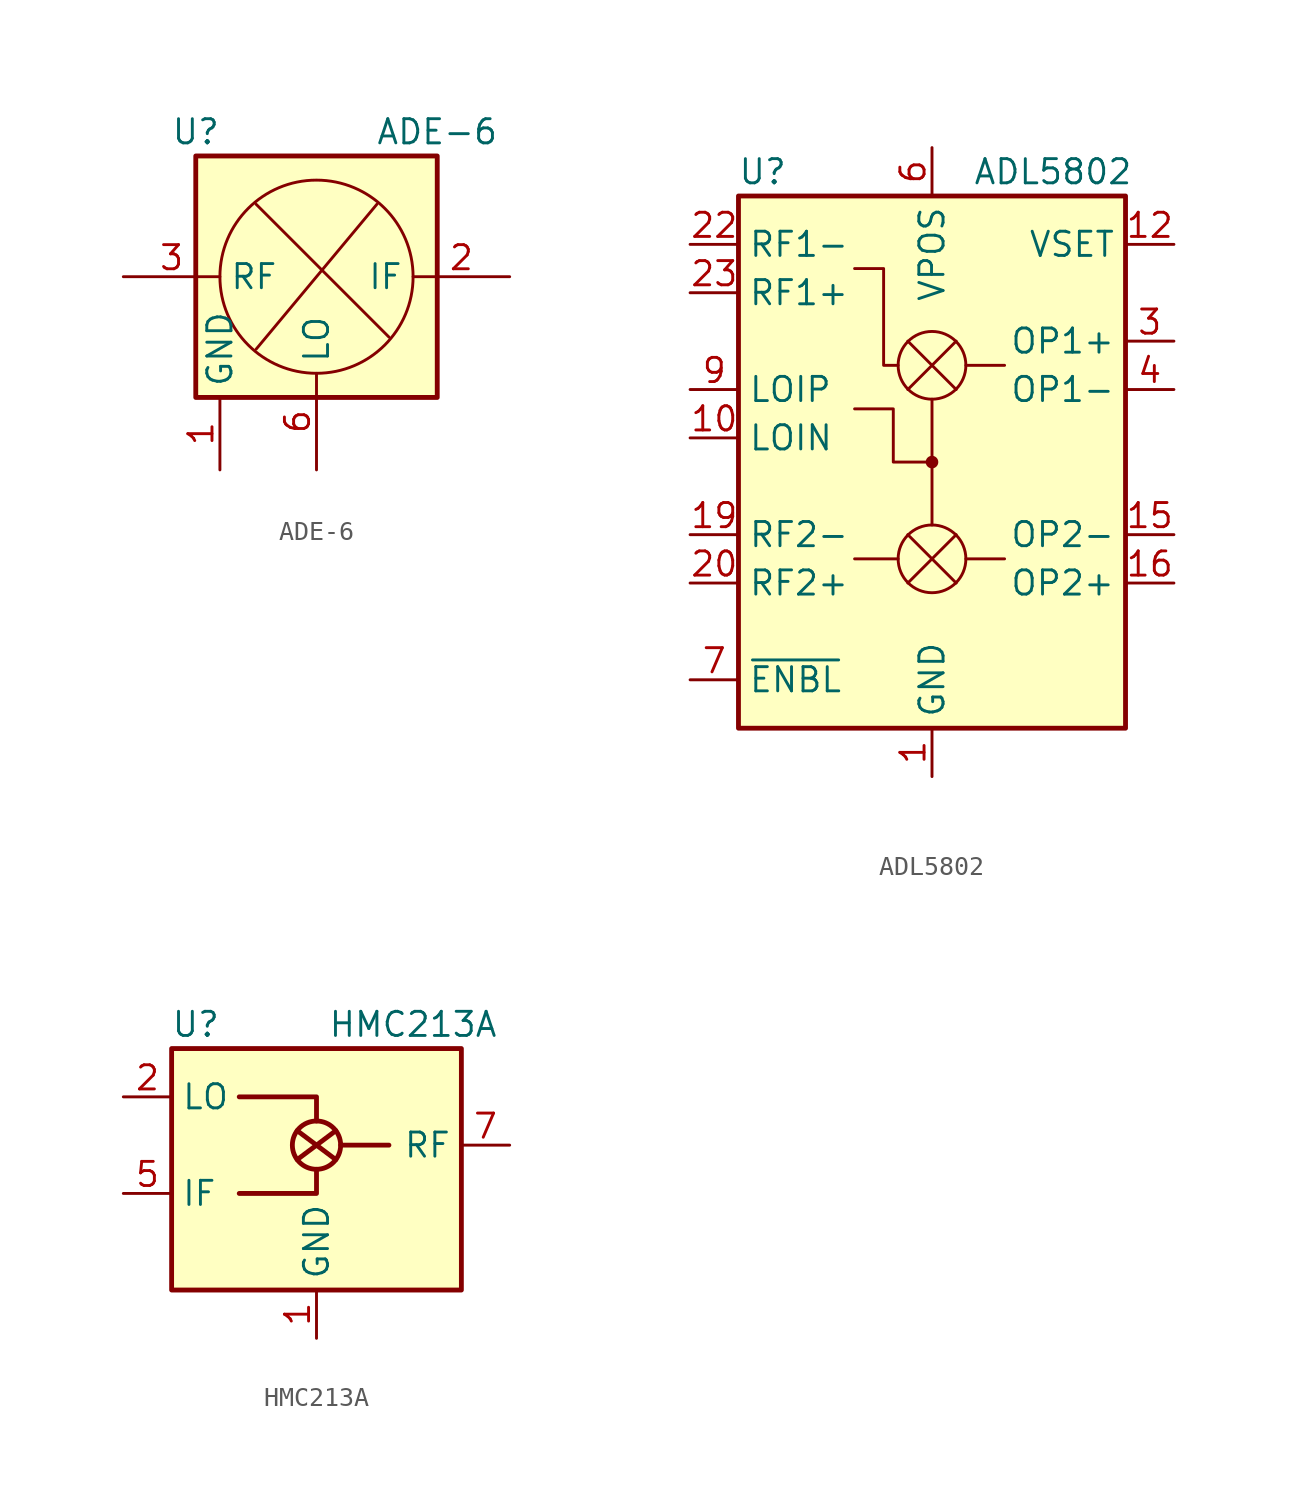
<source format=kicad_sym>
(kicad_symbol_lib
  (version 20220914)
  (generator kicad_symbol_editor)
  (symbol "ADE-6"
    (property "Reference" "U"
      (at -6.35 7.62 0)
      (effects (font (size 1.27 1.27))))
    (property "Value" "ADE-6"
      (at 6.35 7.62 0)
      (effects (font (size 1.27 1.27))))
    (symbol "ADE-6_0_1"
      (rectangle (start -6.35 6.35) (end 6.35 -6.35) (stroke (width 0.254) (type default)) (fill (type background)))
      (polyline (pts (xy -3.175 -3.81) (xy 3.175 3.81)) (stroke (width 0) (type default)) (fill (type none)))
      (polyline (pts (xy 3.81 -3.175) (xy -3.175 3.81)) (stroke (width 0) (type default)) (fill (type none)))
      (circle (center 0 0) (radius 5.08) (stroke (width 0) (type default)) (fill (type none))))
    (symbol "ADE-6_1_1"
      (pin power_in line (at -5.08 -10.16 90) (length 3.81) (name "GND" (effects (font (size 1.27 1.27)))) (number "1" (effects (font (size 1.27 1.27)))))
      (pin output line (at 10.16 0 180) (length 5.08) (name "IF" (effects (font (size 1.27 1.27)))) (number "2" (effects (font (size 1.27 1.27)))))
      (pin input line (at -10.16 0 0) (length 5.08) (name "RF" (effects (font (size 1.27 1.27)))) (number "3" (effects (font (size 1.27 1.27)))))
      (pin passive line (at -5.08 -10.16 90) (length 3.81) hide (name "GND" (effects (font (size 1.27 1.27)))) (number "4" (effects (font (size 1.27 1.27)))))
      (pin passive line (at -5.08 -10.16 90) (length 3.81) hide (name "GND" (effects (font (size 1.27 1.27)))) (number "5" (effects (font (size 1.27 1.27)))))
      (pin input line (at 0 -10.16 90) (length 5.08) (name "LO" (effects (font (size 1.27 1.27)))) (number "6" (effects (font (size 1.27 1.27)))))))
  (symbol "ADL5802"
    (property "Reference" "U"
      (at -8.89 16.51 0)
      (effects (font (size 1.27 1.27))))
    (property "Value" "ADL5802"
      (at 6.35 16.51 0)
      (effects (font (size 1.27 1.27))))
    (symbol "ADL5802_0_1"
      (rectangle (start -10.16 15.24) (end 10.16 -12.7) (stroke (width 0.254) (type default)) (fill (type background)))
      (polyline (pts (xy -1.778 -3.81) (xy -4.064 -3.81)) (stroke (width 0) (type default)) (fill (type none)))
      (polyline (pts (xy 0 4.572) (xy 0 -2.032)) (stroke (width 0) (type default)) (fill (type none)))
      (polyline (pts (xy -1.778 6.35) (xy -2.54 6.35) (xy -2.54 11.43) (xy -4.064 11.43)) (stroke (width 0) (type default)) (fill (type none)))
      (polyline (pts (xy 0 1.27) (xy -2.032 1.27) (xy -2.032 4.064) (xy -3.048 4.064) (xy -4.064 4.064)) (stroke (width 0) (type default)) (fill (type none)))
      (circle (center 0 1.27) (radius 0.254) (stroke (width 0) (type default)) (fill (type outline))))
    (symbol "ADL5802_1_1"
      (circle (center 0 -3.81) (radius 1.778) (stroke (width 0) (type default)) (fill (type none)))
      (polyline (pts (xy -1.27 -5.08) (xy 1.27 -2.54)) (stroke (width 0) (type default)) (fill (type none)))
      (polyline (pts (xy -1.27 -2.54) (xy 1.27 -5.08)) (stroke (width 0) (type default)) (fill (type none)))
      (polyline (pts (xy -1.27 5.08) (xy 1.27 7.62)) (stroke (width 0) (type default)) (fill (type none)))
      (polyline (pts (xy -1.27 7.62) (xy 1.27 5.08)) (stroke (width 0) (type default)) (fill (type none)))
      (circle (center 0 6.35) (radius 1.778) (stroke (width 0) (type default)) (fill (type none)))
      (rectangle (start 3.81 -3.81) (end 1.778 -3.81) (stroke (width 0) (type default)) (fill (type none)))
      (rectangle (start 3.81 6.35) (end 1.778 6.35) (stroke (width 0) (type default)) (fill (type none)))
      (pin power_in line (at 0 -15.24 90) (length 2.54) (name "GND" (effects (font (size 1.27 1.27)))) (number "1" (effects (font (size 1.27 1.27)))))
      (pin input line (at -12.7 2.54 0) (length 2.54) (name "LOIN" (effects (font (size 1.27 1.27)))) (number "10" (effects (font (size 1.27 1.27)))))
      (pin passive line (at 0 -15.24 90) (length 2.54) hide (name "GND" (effects (font (size 1.27 1.27)))) (number "11" (effects (font (size 1.27 1.27)))))
      (pin input line (at 12.7 12.7 180) (length 2.54) (name "VSET" (effects (font (size 1.27 1.27)))) (number "12" (effects (font (size 1.27 1.27)))))
      (pin passive line (at 0 17.78 270) (length 2.54) hide (name "VPOS" (effects (font (size 1.27 1.27)))) (number "13" (effects (font (size 1.27 1.27)))))
      (pin passive line (at 0 -15.24 90) (length 2.54) hide (name "GND" (effects (font (size 1.27 1.27)))) (number "14" (effects (font (size 1.27 1.27)))))
      (pin output line (at 12.7 -2.54 180) (length 2.54) (name "OP2-" (effects (font (size 1.27 1.27)))) (number "15" (effects (font (size 1.27 1.27)))))
      (pin output line (at 12.7 -5.08 180) (length 2.54) (name "OP2+" (effects (font (size 1.27 1.27)))) (number "16" (effects (font (size 1.27 1.27)))))
      (pin passive line (at 0 -15.24 90) (length 2.54) hide (name "GND" (effects (font (size 1.27 1.27)))) (number "17" (effects (font (size 1.27 1.27)))))
      (pin passive line (at 0 -15.24 90) (length 2.54) hide (name "GND" (effects (font (size 1.27 1.27)))) (number "18" (effects (font (size 1.27 1.27)))))
      (pin input line (at -12.7 -2.54 0) (length 2.54) (name "RF2-" (effects (font (size 1.27 1.27)))) (number "19" (effects (font (size 1.27 1.27)))))
      (pin passive line (at 0 -15.24 90) (length 2.54) hide (name "GND" (effects (font (size 1.27 1.27)))) (number "2" (effects (font (size 1.27 1.27)))))
      (pin input line (at -12.7 -5.08 0) (length 2.54) (name "RF2+" (effects (font (size 1.27 1.27)))) (number "20" (effects (font (size 1.27 1.27)))))
      (pin passive line (at 0 -15.24 90) (length 2.54) hide (name "GND" (effects (font (size 1.27 1.27)))) (number "21" (effects (font (size 1.27 1.27)))))
      (pin input line (at -12.7 12.7 0) (length 2.54) (name "RF1-" (effects (font (size 1.27 1.27)))) (number "22" (effects (font (size 1.27 1.27)))))
      (pin input line (at -12.7 10.16 0) (length 2.54) (name "RF1+" (effects (font (size 1.27 1.27)))) (number "23" (effects (font (size 1.27 1.27)))))
      (pin passive line (at 0 17.78 270) (length 2.54) hide (name "VPOS" (effects (font (size 1.27 1.27)))) (number "24" (effects (font (size 1.27 1.27)))))
      (pin passive line (at 0 -15.24 90) (length 2.54) hide (name "GND" (effects (font (size 1.27 1.27)))) (number "25" (effects (font (size 1.27 1.27)))))
      (pin output line (at 12.7 7.62 180) (length 2.54) (name "OP1+" (effects (font (size 1.27 1.27)))) (number "3" (effects (font (size 1.27 1.27)))))
      (pin output line (at 12.7 5.08 180) (length 2.54) (name "OP1-" (effects (font (size 1.27 1.27)))) (number "4" (effects (font (size 1.27 1.27)))))
      (pin passive line (at 0 -15.24 90) (length 2.54) hide (name "GND" (effects (font (size 1.27 1.27)))) (number "5" (effects (font (size 1.27 1.27)))))
      (pin power_in line (at 0 17.78 270) (length 2.54) (name "VPOS" (effects (font (size 1.27 1.27)))) (number "6" (effects (font (size 1.27 1.27)))))
      (pin input line (at -12.7 -10.16 0) (length 2.54) (name "~{ENBL}" (effects (font (size 1.27 1.27)))) (number "7" (effects (font (size 1.27 1.27)))))
      (pin passive line (at 0 -15.24 90) (length 2.54) hide (name "GND" (effects (font (size 1.27 1.27)))) (number "8" (effects (font (size 1.27 1.27)))))
      (pin input line (at -12.7 5.08 0) (length 2.54) (name "LOIP" (effects (font (size 1.27 1.27)))) (number "9" (effects (font (size 1.27 1.27)))))))
  (symbol "HMC213A"
    (property "Reference" "U"
      (at -6.35 8.89 0)
      (effects (font (size 1.27 1.27))))
    (property "Value" "HMC213A"
      (at 5.08 8.89 0)
      (effects (font (size 1.27 1.27))))
    (symbol "HMC213A_0_1"
      (rectangle (start -7.62 7.62) (end 7.62 -5.08) (stroke (width 0.254) (type default)) (fill (type background)))
      (polyline (pts (xy -1.016 1.778) (xy 1.016 3.302)) (stroke (width 0.254) (type default)) (fill (type none)))
      (polyline (pts (xy -1.016 3.302) (xy 1.016 1.778)) (stroke (width 0.254) (type default)) (fill (type none)))
      (polyline (pts (xy 1.27 2.54) (xy 3.81 2.54)) (stroke (width 0.254) (type default)) (fill (type none)))
      (polyline (pts (xy 0 1.27) (xy 0 0) (xy -4.064 0)) (stroke (width 0.254) (type default)) (fill (type none)))
      (polyline (pts (xy 0 3.81) (xy 0 5.08) (xy -4.064 5.08)) (stroke (width 0.254) (type default)) (fill (type none)))
      (circle (center 0 2.54) (radius 1.27) (stroke (width 0.254) (type default)) (fill (type none))))
    (symbol "HMC213A_1_1"
      (pin power_in line (at 0 -7.62 90) (length 2.54) (name "GND" (effects (font (size 1.27 1.27)))) (number "1" (effects (font (size 1.27 1.27)))))
      (pin passive line (at -10.16 5.08 0) (length 2.54) (name "LO" (effects (font (size 1.27 1.27)))) (number "2" (effects (font (size 1.27 1.27)))))
      (pin passive line (at 0 -7.62 90) (length 2.54) hide (name "GND" (effects (font (size 1.27 1.27)))) (number "3" (effects (font (size 1.27 1.27)))))
      (pin no_connect line (at 5.08 -5.08 90) (length 2.54) hide (name "NC" (effects (font (size 1.27 1.27)))) (number "4" (effects (font (size 1.27 1.27)))))
      (pin passive line (at -10.16 0 0) (length 2.54) (name "IF" (effects (font (size 1.27 1.27)))) (number "5" (effects (font (size 1.27 1.27)))))
      (pin passive line (at 0 -7.62 90) (length 2.54) hide (name "GND" (effects (font (size 1.27 1.27)))) (number "6" (effects (font (size 1.27 1.27)))))
      (pin passive line (at 10.16 2.54 180) (length 2.54) (name "RF" (effects (font (size 1.27 1.27)))) (number "7" (effects (font (size 1.27 1.27)))))
      (pin passive line (at 0 -7.62 90) (length 2.54) hide (name "GND" (effects (font (size 1.27 1.27)))) (number "8" (effects (font (size 1.27 1.27))))))))
</source>
